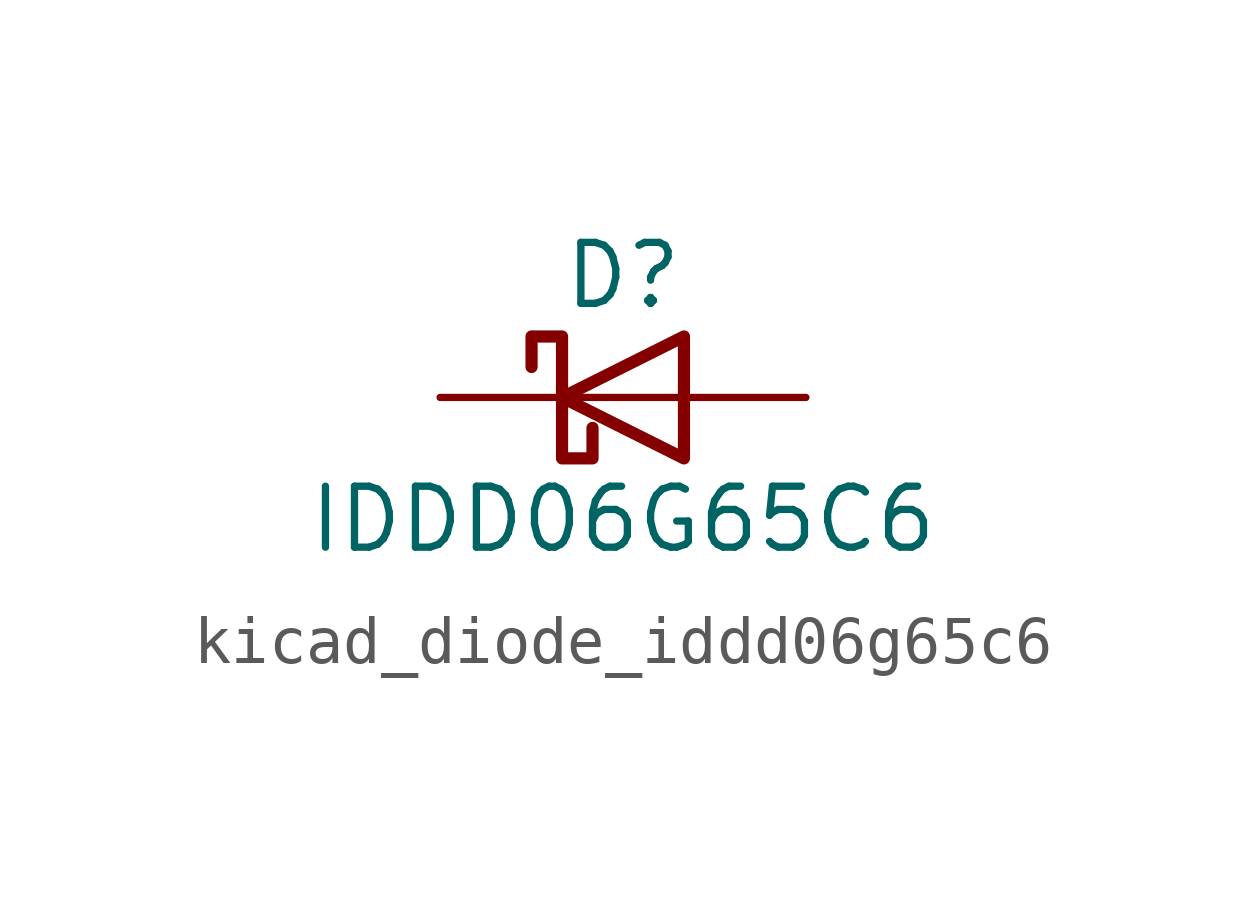
<source format=kicad_sym>
(kicad_symbol_lib
  (version 20220914)
  (generator kicad_symbol_editor)
  (symbol "kicad_diode_iddd06g65c6"
    (pin_numbers hide)
    (pin_names
      (offset 1.016) hide)
    (property "Reference" "D"
      (at 0 2.54 0)
      (effects (font (size 1.27 1.27))))
    (property "Value" "IDDD06G65C6"
      (at 0 -2.54 0)
      (effects (font (size 1.27 1.27))))
    (symbol "kicad_diode_iddd06g65c6_0_1"
      (polyline (pts (xy 1.27 0) (xy -1.27 0)) (stroke (width 0) (type default)) (fill (type none)))
      (polyline (pts (xy 1.27 1.27) (xy 1.27 -1.27) (xy -1.27 0) (xy 1.27 1.27)) (stroke (width 0.254) (type default)) (fill (type none)))
      (polyline (pts (xy -1.905 0.635) (xy -1.905 1.27) (xy -1.27 1.27) (xy -1.27 -1.27) (xy -0.635 -1.27) (xy -0.635 -0.635)) (stroke (width 0.254) (type default)) (fill (type none))))
    (symbol "kicad_diode_iddd06g65c6_1_1"
      (pin no_connect line (at 1.27 -1.27 180) (length 2.54) hide (name "NC" (effects (font (size 1.27 1.27)))) (number "1" (effects (font (size 1.27 1.27)))))
      (pin passive line (at -3.81 0 0) (length 2.54) hide (name "K" (effects (font (size 1.27 1.27)))) (number "10" (effects (font (size 1.27 1.27)))))
      (pin no_connect line (at 1.27 1.27 180) (length 2.54) hide (name "NC" (effects (font (size 1.27 1.27)))) (number "2" (effects (font (size 1.27 1.27)))))
      (pin passive line (at 3.81 0 180) (length 2.54) (name "A" (effects (font (size 1.27 1.27)))) (number "3" (effects (font (size 1.27 1.27)))))
      (pin passive line (at 3.81 0 180) (length 2.54) hide (name "A" (effects (font (size 1.27 1.27)))) (number "4" (effects (font (size 1.27 1.27)))))
      (pin passive line (at 3.81 0 180) (length 2.54) hide (name "A" (effects (font (size 1.27 1.27)))) (number "5" (effects (font (size 1.27 1.27)))))
      (pin passive line (at -3.81 0 0) (length 2.54) (name "K" (effects (font (size 1.27 1.27)))) (number "6" (effects (font (size 1.27 1.27)))))
      (pin passive line (at -3.81 0 0) (length 2.54) hide (name "K" (effects (font (size 1.27 1.27)))) (number "7" (effects (font (size 1.27 1.27)))))
      (pin passive line (at -3.81 0 0) (length 2.54) hide (name "K" (effects (font (size 1.27 1.27)))) (number "8" (effects (font (size 1.27 1.27)))))
      (pin passive line (at -3.81 0 0) (length 2.54) hide (name "K" (effects (font (size 1.27 1.27)))) (number "9" (effects (font (size 1.27 1.27))))))))
</source>
